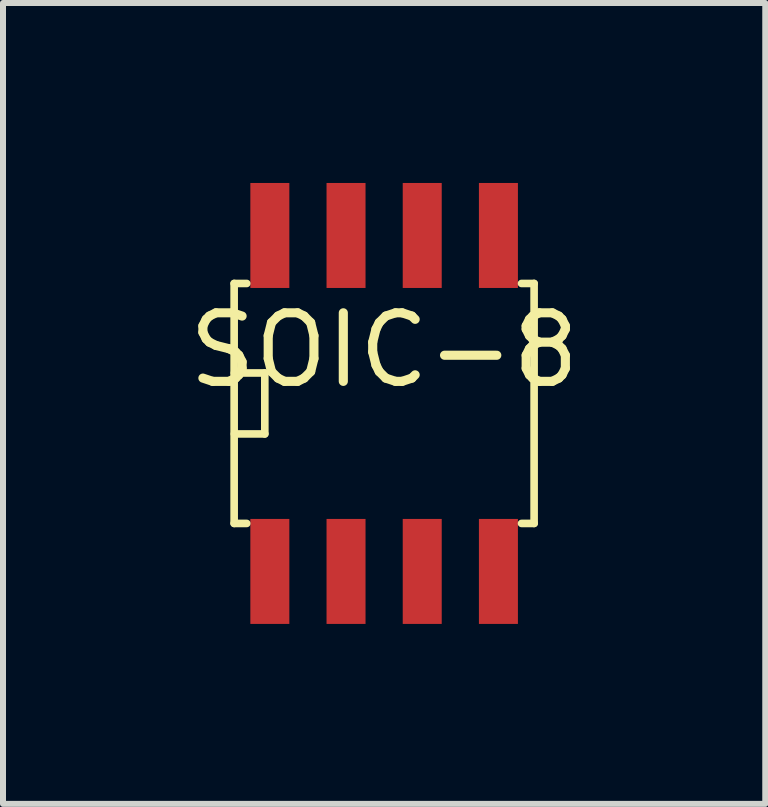
<source format=kicad_pcb>
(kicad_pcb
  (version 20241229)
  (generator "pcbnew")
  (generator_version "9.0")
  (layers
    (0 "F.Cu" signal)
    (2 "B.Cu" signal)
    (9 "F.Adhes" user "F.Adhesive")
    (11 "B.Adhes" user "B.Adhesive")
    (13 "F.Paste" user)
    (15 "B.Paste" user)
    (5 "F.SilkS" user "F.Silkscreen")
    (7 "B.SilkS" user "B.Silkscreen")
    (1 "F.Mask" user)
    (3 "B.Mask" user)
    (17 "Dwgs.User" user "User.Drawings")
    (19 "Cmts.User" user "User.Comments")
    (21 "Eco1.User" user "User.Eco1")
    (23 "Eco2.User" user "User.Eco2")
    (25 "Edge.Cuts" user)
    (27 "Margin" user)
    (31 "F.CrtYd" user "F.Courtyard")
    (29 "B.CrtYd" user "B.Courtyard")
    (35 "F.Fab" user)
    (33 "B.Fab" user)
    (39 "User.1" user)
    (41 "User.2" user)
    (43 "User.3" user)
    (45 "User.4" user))
  (footprint "SOIC-8"
    (layer "F.Cu")
    (at 3.353 3.675)
    (property "Reference" "SOIC-8" (at 0 -0.889 0) (layer "F.SilkS") (effects (font (size 1.143 1.143) (thickness 0.152))))
    (attr smd)
    (fp_line (start -2.5 -2) (end -2.5 2) (stroke (width 0.127) (type solid)) (layer "F.SilkS"))
    (fp_line (start -2.5 2) (end -2.29 2) (stroke (width 0.127) (type solid)) (layer "F.SilkS"))
    (fp_line (start -2.497 -0.508) (end -1.989 -0.508) (stroke (width 0.127) (type solid)) (layer "F.SilkS"))
    (fp_line (start -2.29 -2) (end -2.5 -2) (stroke (width 0.127) (type solid)) (layer "F.SilkS"))
    (fp_line (start -1.989 -0.508) (end -1.989 0.508) (stroke (width 0.127) (type solid)) (layer "F.SilkS"))
    (fp_line (start -1.989 0.508) (end -2.497 0.508) (stroke (width 0.127) (type solid)) (layer "F.SilkS"))
    (fp_line (start 2.5 -2) (end 2.29 -2) (stroke (width 0.127) (type solid)) (layer "F.SilkS"))
    (fp_line (start 2.5 -2) (end 2.5 2) (stroke (width 0.127) (type solid)) (layer "F.SilkS"))
    (fp_line (start 2.5 2) (end 2.29 2) (stroke (width 0.127) (type solid)) (layer "F.SilkS"))
    (pad "1" smd rect (at -1.905 2.8) (size 0.65 1.75) (layers "F.Cu" "F.Mask" "F.Paste"))
    (pad "2" smd rect (at -0.635 2.8) (size 0.65 1.75) (layers "F.Cu" "F.Mask" "F.Paste"))
    (pad "3" smd rect (at 0.635 2.8) (size 0.65 1.75) (layers "F.Cu" "F.Mask" "F.Paste"))
    (pad "4" smd rect (at 1.905 2.8) (size 0.65 1.75) (layers "F.Cu" "F.Mask" "F.Paste"))
    (pad "5" smd rect (at 1.905 -2.8) (size 0.65 1.75) (layers "F.Cu" "F.Mask" "F.Paste"))
    (pad "6" smd rect (at 0.635 -2.8) (size 0.65 1.75) (layers "F.Cu" "F.Mask" "F.Paste"))
    (pad "7" smd rect (at -0.635 -2.8) (size 0.65 1.75) (layers "F.Cu" "F.Mask" "F.Paste"))
    (pad "8" smd rect (at -1.905 -2.8) (size 0.65 1.75) (layers "F.Cu" "F.Mask" "F.Paste")))
  (gr_rect
    (start -3 -3)
    (end 9.706 10.35)
    (stroke (width 0.1) (type default))
    (fill no)
    (layer "Edge.Cuts")))
</source>
